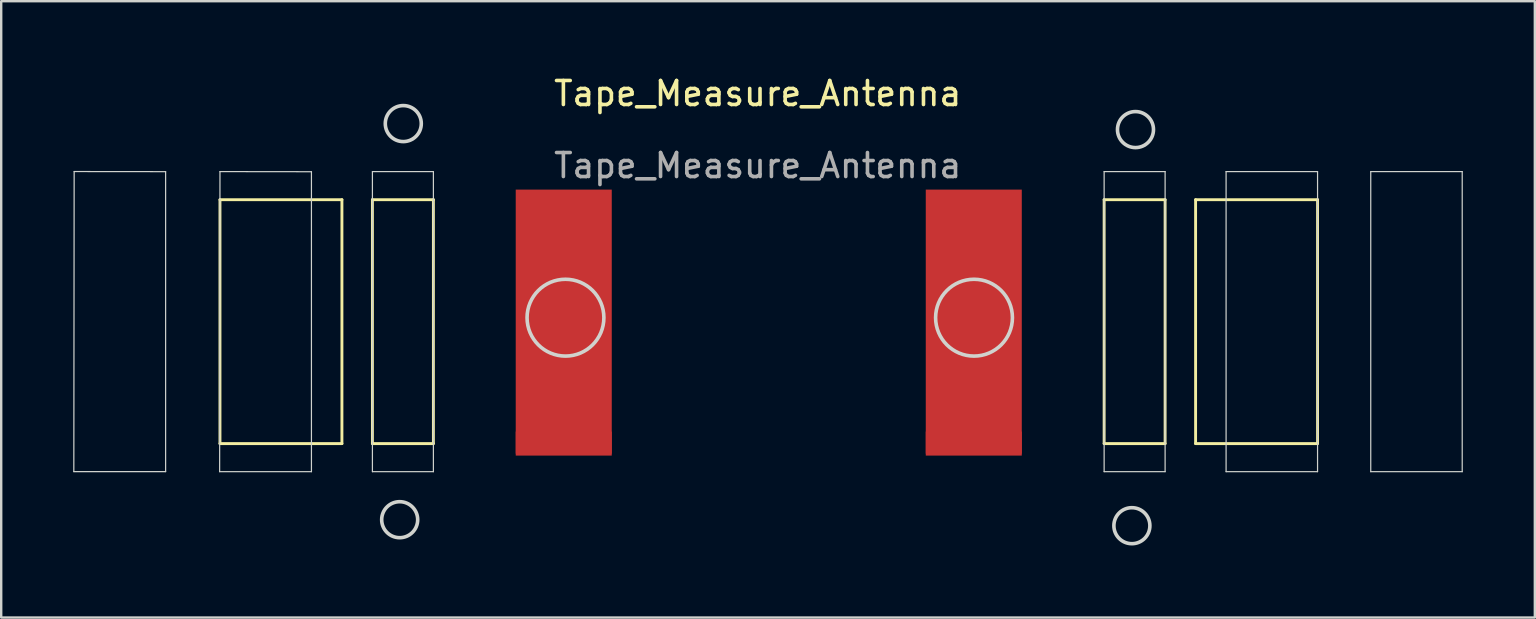
<source format=kicad_pcb>
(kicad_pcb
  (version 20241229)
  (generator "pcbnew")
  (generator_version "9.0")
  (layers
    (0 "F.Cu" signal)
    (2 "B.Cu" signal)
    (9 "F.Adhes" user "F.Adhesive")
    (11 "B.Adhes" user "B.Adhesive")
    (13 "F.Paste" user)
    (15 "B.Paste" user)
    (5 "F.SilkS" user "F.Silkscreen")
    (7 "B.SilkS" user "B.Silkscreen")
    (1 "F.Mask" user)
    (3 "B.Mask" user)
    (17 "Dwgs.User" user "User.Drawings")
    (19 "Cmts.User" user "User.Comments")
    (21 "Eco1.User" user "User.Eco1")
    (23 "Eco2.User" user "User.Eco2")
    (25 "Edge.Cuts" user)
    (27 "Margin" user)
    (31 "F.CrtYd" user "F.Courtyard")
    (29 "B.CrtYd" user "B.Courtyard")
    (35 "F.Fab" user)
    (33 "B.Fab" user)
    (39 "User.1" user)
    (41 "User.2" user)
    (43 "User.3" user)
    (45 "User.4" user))
  (footprint "Tape_Measure_Antenna"
    (layer "F.Cu")
    (at 28.513 1.348)
    (property "Reference" "Tape_Measure_Antenna" (at 0 -0.5 0) (unlocked yes) (layer "F.SilkS") (effects (font (size 1 1) (thickness 0.15))))
    (attr smd)
    (fp_line (start -22.4 3.92) (end -22.4 14.08) (stroke (width 0.12) (type solid)) (layer "F.SilkS"))
    (fp_line (start -22.4 14.08) (end -17.32 14.08) (stroke (width 0.12) (type solid)) (layer "F.SilkS"))
    (fp_line (start -17.32 3.92) (end -22.4 3.92) (stroke (width 0.12) (type solid)) (layer "F.SilkS"))
    (fp_line (start -17.32 14.08) (end -17.32 3.92) (stroke (width 0.12) (type solid)) (layer "F.SilkS"))
    (fp_line (start -16.05 3.92) (end -16.05 14.08) (stroke (width 0.12) (type solid)) (layer "F.SilkS"))
    (fp_line (start -16.05 14.08) (end -13.51 14.08) (stroke (width 0.12) (type solid)) (layer "F.SilkS"))
    (fp_line (start -13.51 3.92) (end -16.05 3.92) (stroke (width 0.12) (type solid)) (layer "F.SilkS"))
    (fp_line (start -13.51 3.92) (end -13.51 14.08) (stroke (width 0.12) (type solid)) (layer "F.SilkS"))
    (fp_line (start 14.43 3.92) (end 14.43 14.08) (stroke (width 0.12) (type solid)) (layer "F.SilkS"))
    (fp_line (start 14.43 14.08) (end 16.97 14.08) (stroke (width 0.12) (type solid)) (layer "F.SilkS"))
    (fp_line (start 16.97 3.92) (end 14.43 3.92) (stroke (width 0.12) (type solid)) (layer "F.SilkS"))
    (fp_line (start 16.97 14.08) (end 16.97 3.92) (stroke (width 0.12) (type solid)) (layer "F.SilkS"))
    (fp_line (start 18.24 3.92) (end 18.24 14.08) (stroke (width 0.12) (type solid)) (layer "F.SilkS"))
    (fp_line (start 18.24 14.08) (end 23.32 14.08) (stroke (width 0.12) (type solid)) (layer "F.SilkS"))
    (fp_line (start 23.32 3.92) (end 18.24 3.92) (stroke (width 0.12) (type solid)) (layer "F.SilkS"))
    (fp_line (start 23.32 3.92) (end 23.32 14.08) (stroke (width 0.12) (type solid)) (layer "F.SilkS"))
    (fp_line (start -28.488 15.248) (end -24.664 15.248) (stroke (width 0.05) (type solid)) (layer "Edge.Cuts"))
    (fp_line (start -28.474 2.748) (end -28.488 15.248) (stroke (width 0.05) (type solid)) (layer "Edge.Cuts"))
    (fp_line (start -24.664 2.752) (end -28.474 2.748) (stroke (width 0.05) (type solid)) (layer "Edge.Cuts"))
    (fp_line (start -24.664 15.248) (end -24.664 2.752) (stroke (width 0.05) (type solid)) (layer "Edge.Cuts"))
    (fp_line (start -22.414 15.25) (end -18.59 15.25) (stroke (width 0.05) (type solid)) (layer "Edge.Cuts"))
    (fp_line (start -22.4 2.75) (end -22.414 15.25) (stroke (width 0.05) (type solid)) (layer "Edge.Cuts"))
    (fp_line (start -18.59 2.755) (end -22.4 2.75) (stroke (width 0.05) (type solid)) (layer "Edge.Cuts"))
    (fp_line (start -18.59 15.25) (end -18.59 2.755) (stroke (width 0.05) (type solid)) (layer "Edge.Cuts"))
    (fp_line (start -16.05 2.75) (end -13.51 2.75) (stroke (width 0.05) (type solid)) (layer "Edge.Cuts"))
    (fp_line (start -16.05 15.25) (end -16.05 2.75) (stroke (width 0.05) (type solid)) (layer "Edge.Cuts"))
    (fp_line (start -13.51 2.75) (end -13.51 15.25) (stroke (width 0.05) (type solid)) (layer "Edge.Cuts"))
    (fp_line (start -13.51 15.25) (end -16.05 15.25) (stroke (width 0.05) (type solid)) (layer "Edge.Cuts"))
    (fp_line (start 14.43 2.75) (end 14.43 15.25) (stroke (width 0.05) (type solid)) (layer "Edge.Cuts"))
    (fp_line (start 14.43 15.25) (end 16.97 15.25) (stroke (width 0.05) (type solid)) (layer "Edge.Cuts"))
    (fp_line (start 16.97 2.75) (end 14.43 2.75) (stroke (width 0.05) (type solid)) (layer "Edge.Cuts"))
    (fp_line (start 16.97 15.25) (end 16.97 2.75) (stroke (width 0.05) (type solid)) (layer "Edge.Cuts"))
    (fp_line (start 19.51 2.75) (end 19.51 15.25) (stroke (width 0.05) (type solid)) (layer "Edge.Cuts"))
    (fp_line (start 19.51 15.25) (end 23.32 15.25) (stroke (width 0.05) (type solid)) (layer "Edge.Cuts"))
    (fp_line (start 23.32 2.75) (end 19.51 2.75) (stroke (width 0.05) (type solid)) (layer "Edge.Cuts"))
    (fp_line (start 23.32 15.25) (end 23.32 2.75) (stroke (width 0.05) (type solid)) (layer "Edge.Cuts"))
    (fp_line (start 25.536 2.75) (end 25.536 15.25) (stroke (width 0.05) (type solid)) (layer "Edge.Cuts"))
    (fp_line (start 25.536 15.25) (end 29.346 15.25) (stroke (width 0.05) (type solid)) (layer "Edge.Cuts"))
    (fp_line (start 29.346 2.75) (end 25.536 2.75) (stroke (width 0.05) (type solid)) (layer "Edge.Cuts"))
    (fp_line (start 29.346 15.25) (end 29.346 2.75) (stroke (width 0.05) (type solid)) (layer "Edge.Cuts"))
    (fp_circle (center -14.914 17.25) (end -15.664 17.25) (stroke (width 0.15) (type solid)) (fill no) (layer "Edge.Cuts"))
    (fp_circle (center -14.764 0.75) (end -14.014 0.75) (stroke (width 0.15) (type solid)) (fill no) (layer "Edge.Cuts"))
    (fp_circle (center -8.008 8.835) (end -6.408 8.835) (stroke (width 0.15) (type solid)) (fill no) (layer "Edge.Cuts"))
    (fp_circle (center 9.01 8.835) (end 10.61 8.835) (stroke (width 0.15) (type solid)) (fill no) (layer "Edge.Cuts"))
    (fp_circle (center 15.586 17.5) (end 16.336 17.5) (stroke (width 0.15) (type solid)) (fill no) (layer "Edge.Cuts"))
    (fp_circle (center 15.736 1) (end 16.486 1) (stroke (width 0.15) (type solid)) (fill no) (layer "Edge.Cuts"))
    (fp_text user "${REFERENCE}" (at 0 2.5 0) (unlocked yes) (layer "F.Fab") (effects (font (size 1 1) (thickness 0.15))))
    (pad "1" smd rect (at -8.08 9) (size 4 11) (layers "F.Cu" "F.Mask" "F.Paste"))
    (pad "1" smd rect (at -8.08 14.08) (size 4 1) (layers "F.Cu" "F.Mask" "F.Paste"))
    (pad "2" smd rect (at 9 9) (size 4 11) (layers "F.Cu" "F.Mask" "F.Paste"))
    (pad "2" smd rect (at 9 14.08) (size 4 1) (layers "F.Cu" "F.Mask" "F.Paste")))
  (gr_rect
    (start -3 -3)
    (end 60.884 22.673)
    (stroke (width 0.1) (type default))
    (fill no)
    (layer "Edge.Cuts")))
</source>
